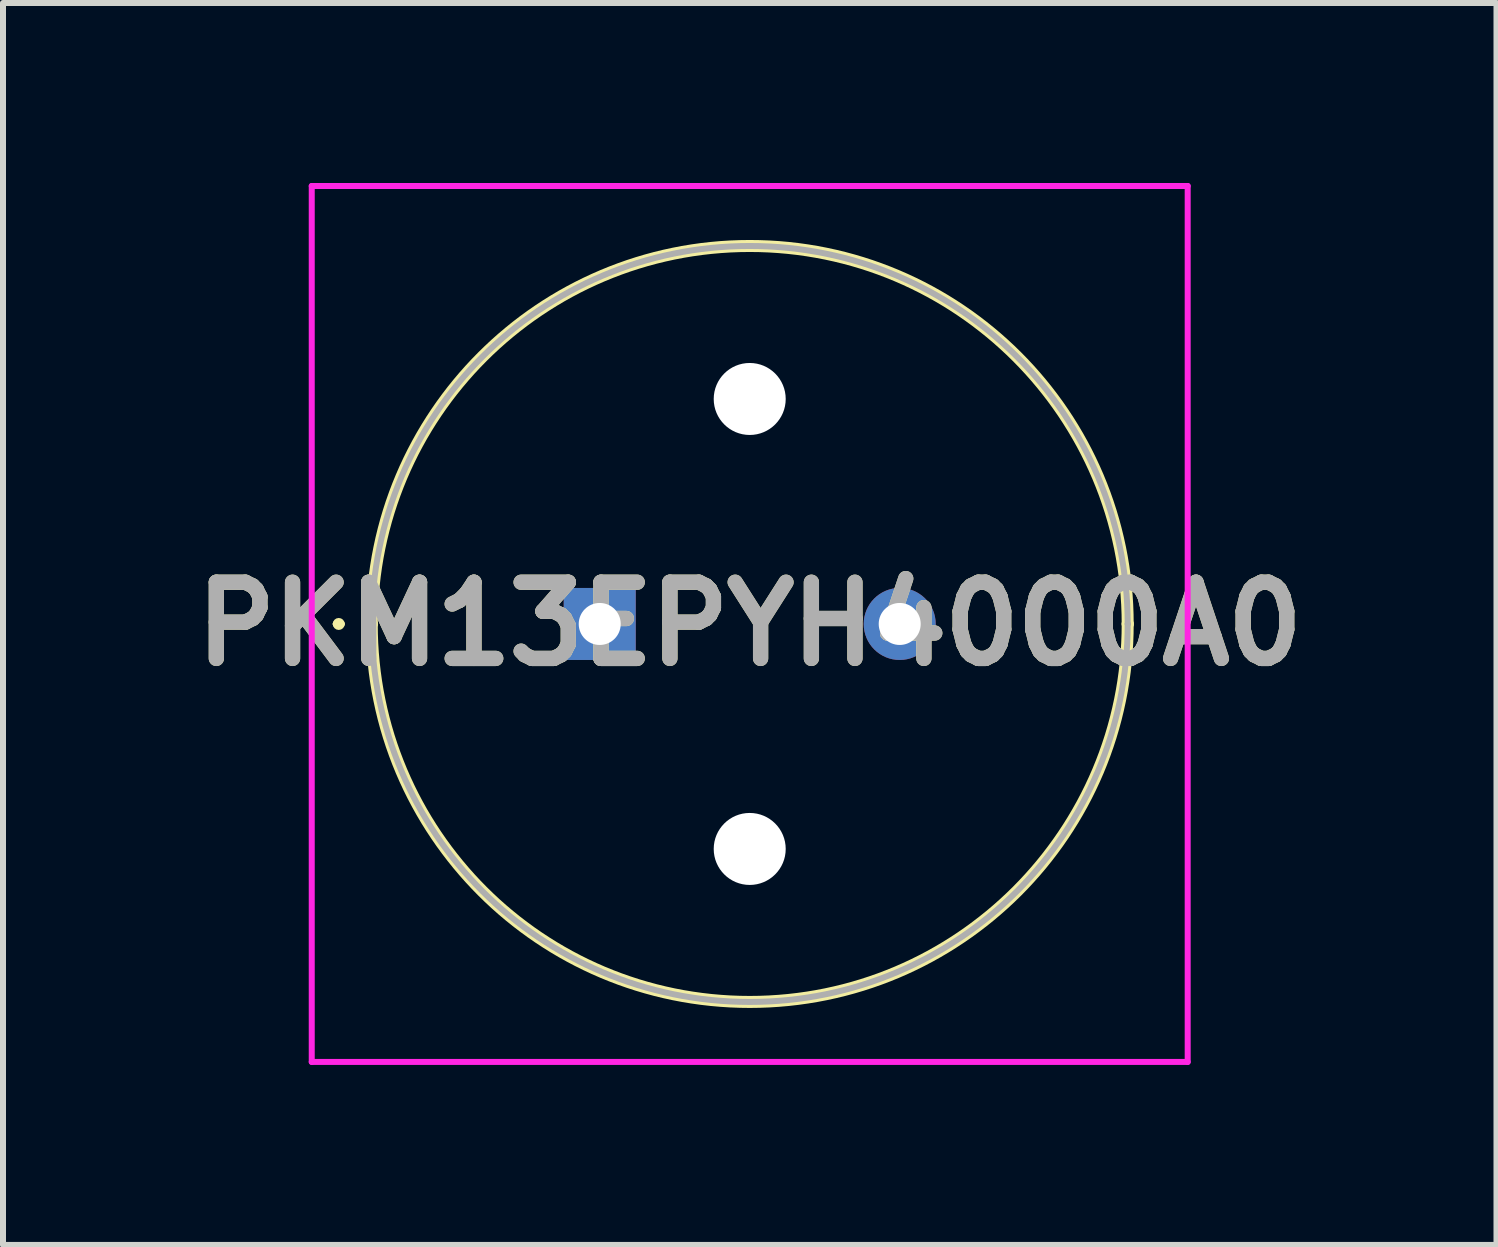
<source format=kicad_pcb>
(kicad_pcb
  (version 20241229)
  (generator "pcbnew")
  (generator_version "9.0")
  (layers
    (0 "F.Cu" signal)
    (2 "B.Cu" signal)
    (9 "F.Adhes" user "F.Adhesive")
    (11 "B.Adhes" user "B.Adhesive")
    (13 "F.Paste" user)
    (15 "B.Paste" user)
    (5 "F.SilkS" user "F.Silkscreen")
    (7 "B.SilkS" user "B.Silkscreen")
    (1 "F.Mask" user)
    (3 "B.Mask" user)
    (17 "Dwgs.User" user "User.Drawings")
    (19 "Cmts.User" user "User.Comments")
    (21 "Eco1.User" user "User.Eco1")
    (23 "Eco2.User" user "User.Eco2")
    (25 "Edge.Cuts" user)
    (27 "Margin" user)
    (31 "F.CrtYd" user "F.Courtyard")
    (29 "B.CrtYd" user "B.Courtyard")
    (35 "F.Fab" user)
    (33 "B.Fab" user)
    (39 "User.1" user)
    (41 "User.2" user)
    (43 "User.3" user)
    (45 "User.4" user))
  (footprint "PKM13EPYH4000A0"
    (layer "F.Cu")
    (at 6.946 7.35)
    (property "Reference" "PKM13EPYH4000A0" (at 2.5 0 0) (layer "F.SilkS") (effects (font (size 1.27 1.27) (thickness 0.254))))
    (attr through_hole)
    (fp_line (start -4.4 0) (end -4.4 0) (stroke (width 0.1) (type solid)) (layer "F.SilkS"))
    (fp_line (start -4.3 0) (end -4.3 0) (stroke (width 0.1) (type solid)) (layer "F.SilkS"))
    (fp_line (start -3.8 0) (end -3.8 0) (stroke (width 0.2) (type solid)) (layer "F.SilkS"))
    (fp_line (start 8.8 0) (end 8.8 0) (stroke (width 0.2) (type solid)) (layer "F.SilkS"))
    (fp_arc (start -4.4 0) (mid -4.35 -0.05) (end -4.3 0) (stroke (width 0.1) (type solid)) (layer "F.SilkS"))
    (fp_arc (start -4.3 0) (mid -4.35 0.05) (end -4.4 0) (stroke (width 0.1) (type solid)) (layer "F.SilkS"))
    (fp_arc (start -3.8 0) (mid 2.5 -6.3) (end 8.8 0) (stroke (width 0.2) (type solid)) (layer "F.SilkS"))
    (fp_arc (start 8.8 0) (mid 2.5 6.3) (end -3.8 0) (stroke (width 0.2) (type solid)) (layer "F.SilkS"))
    (fp_line (start -4.8 -7.3) (end 9.8 -7.3) (stroke (width 0.1) (type solid)) (layer "F.CrtYd"))
    (fp_line (start -4.8 7.3) (end -4.8 -7.3) (stroke (width 0.1) (type solid)) (layer "F.CrtYd"))
    (fp_line (start 9.8 -7.3) (end 9.8 7.3) (stroke (width 0.1) (type solid)) (layer "F.CrtYd"))
    (fp_line (start 9.8 7.3) (end -4.8 7.3) (stroke (width 0.1) (type solid)) (layer "F.CrtYd"))
    (fp_line (start -3.8 0) (end -3.8 0) (stroke (width 0.1) (type solid)) (layer "F.Fab"))
    (fp_line (start 8.8 0) (end 8.8 0) (stroke (width 0.1) (type solid)) (layer "F.Fab"))
    (fp_arc (start -3.8 0) (mid 2.5 -6.3) (end 8.8 0) (stroke (width 0.1) (type solid)) (layer "F.Fab"))
    (fp_arc (start 8.8 0) (mid 2.5 6.3) (end -3.8 0) (stroke (width 0.1) (type solid)) (layer "F.Fab"))
    (fp_text user "${REFERENCE}" (at 2.5 0 0) (layer "F.Fab") (effects (font (size 1.27 1.27) (thickness 0.254))))
    (pad "" np_thru_hole circle (at 2.5 -3.75) (size 1.2 1.2) (drill 1.2) (layers "*.Cu" "*.Mask"))
    (pad "" np_thru_hole circle (at 2.5 3.75) (size 1.2 1.2) (drill 1.2) (layers "*.Cu" "*.Mask"))
    (pad "1" thru_hole rect (at 0 0) (size 1.2 1.2) (drill 0.7) (layers "*.Cu" "*.Mask"))
    (pad "2" thru_hole circle (at 5 0) (size 1.2 1.2) (drill 0.7) (layers "*.Cu" "*.Mask")))
  (gr_rect
    (start -3 -3)
    (end 21.893 17.7)
    (stroke (width 0.1) (type default))
    (fill no)
    (layer "Edge.Cuts")))
</source>
